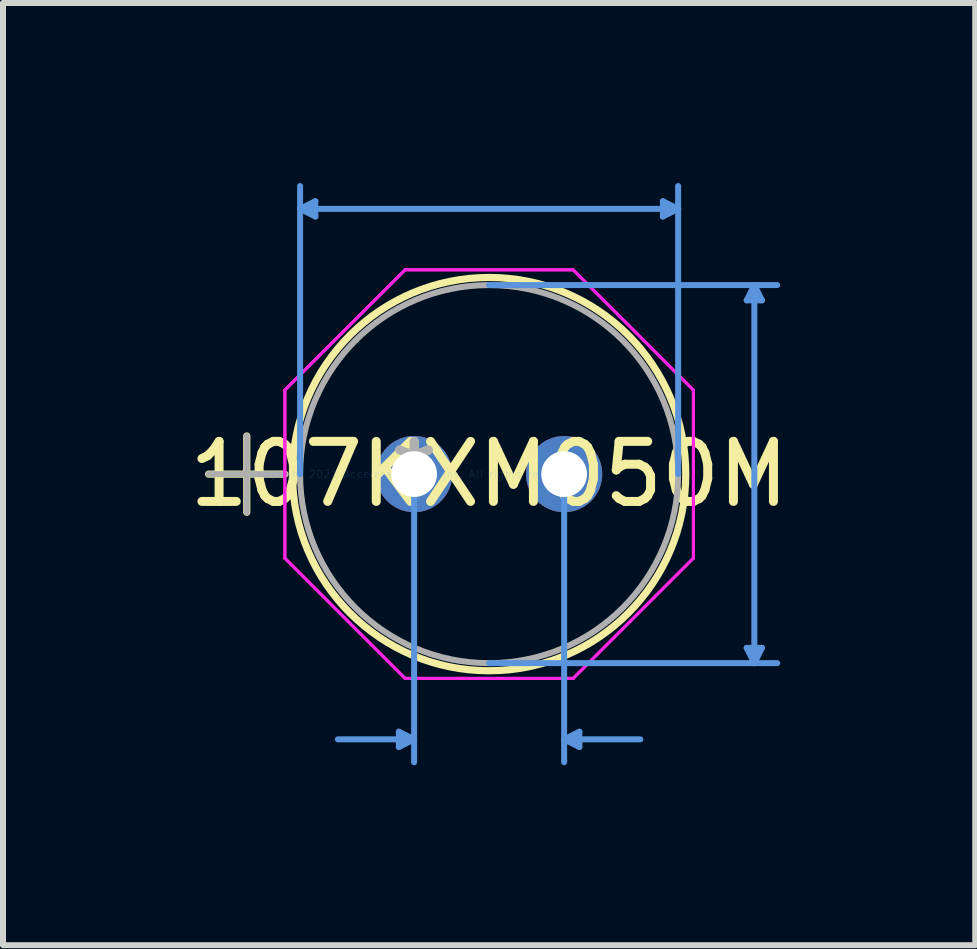
<source format=kicad_pcb>
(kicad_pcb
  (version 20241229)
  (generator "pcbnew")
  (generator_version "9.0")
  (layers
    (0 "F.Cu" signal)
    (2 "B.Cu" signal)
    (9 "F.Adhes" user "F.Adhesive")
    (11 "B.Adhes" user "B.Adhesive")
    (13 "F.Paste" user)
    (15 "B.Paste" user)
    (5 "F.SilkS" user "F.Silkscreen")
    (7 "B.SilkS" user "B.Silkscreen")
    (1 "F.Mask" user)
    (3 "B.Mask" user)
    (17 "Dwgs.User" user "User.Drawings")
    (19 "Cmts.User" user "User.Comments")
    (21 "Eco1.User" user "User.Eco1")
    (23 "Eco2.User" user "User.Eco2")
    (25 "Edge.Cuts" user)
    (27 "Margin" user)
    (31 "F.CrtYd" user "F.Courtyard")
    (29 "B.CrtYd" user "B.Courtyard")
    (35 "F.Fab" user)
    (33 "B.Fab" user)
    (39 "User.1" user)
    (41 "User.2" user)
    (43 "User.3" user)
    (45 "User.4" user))
  (footprint "107KXM050M"
    (layer "F.Cu")
    (at 3.851 4.851)
    (property "Reference" "107KXM050M" (at 1.25 0 0) (layer "F.SilkS") (effects (font (size 1 1) (thickness 0.15))))
    (attr through_hole)
    (fp_line (start -3.424 0) (end -2.154 0) (stroke (width 0.12) (type solid)) (layer "F.SilkS"))
    (fp_line (start -2.789 -0.635) (end -2.789 0.635) (stroke (width 0.12) (type solid)) (layer "F.SilkS"))
    (fp_circle (center 1.25 0) (end 4.527 0) (stroke (width 0.12) (type solid)) (fill no) (layer "F.SilkS"))
    (fp_line (start -1.9 -4.42) (end -1.646 -4.547) (stroke (width 0.1) (type solid)) (layer "Cmts.User"))
    (fp_line (start -1.9 -4.42) (end -1.646 -4.293) (stroke (width 0.1) (type solid)) (layer "Cmts.User"))
    (fp_line (start -1.9 -4.42) (end 4.4 -4.42) (stroke (width 0.1) (type solid)) (layer "Cmts.User"))
    (fp_line (start -1.9 0) (end -1.9 -4.801) (stroke (width 0.1) (type solid)) (layer "Cmts.User"))
    (fp_line (start -1.646 -4.547) (end -1.646 -4.293) (stroke (width 0.1) (type solid)) (layer "Cmts.User"))
    (fp_line (start -0.254 4.293) (end -0.254 4.547) (stroke (width 0.1) (type solid)) (layer "Cmts.User"))
    (fp_line (start 0 0) (end 0 4.801) (stroke (width 0.1) (type solid)) (layer "Cmts.User"))
    (fp_line (start 0 4.42) (end -1.27 4.42) (stroke (width 0.1) (type solid)) (layer "Cmts.User"))
    (fp_line (start 0 4.42) (end -0.254 4.293) (stroke (width 0.1) (type solid)) (layer "Cmts.User"))
    (fp_line (start 0 4.42) (end -0.254 4.547) (stroke (width 0.1) (type solid)) (layer "Cmts.User"))
    (fp_line (start 1.25 -3.15) (end 6.051 -3.15) (stroke (width 0.1) (type solid)) (layer "Cmts.User"))
    (fp_line (start 1.25 3.15) (end 6.051 3.15) (stroke (width 0.1) (type solid)) (layer "Cmts.User"))
    (fp_line (start 2.5 0) (end 2.5 4.801) (stroke (width 0.1) (type solid)) (layer "Cmts.User"))
    (fp_line (start 2.5 4.42) (end 2.754 4.293) (stroke (width 0.1) (type solid)) (layer "Cmts.User"))
    (fp_line (start 2.5 4.42) (end 2.754 4.547) (stroke (width 0.1) (type solid)) (layer "Cmts.User"))
    (fp_line (start 2.5 4.42) (end 3.77 4.42) (stroke (width 0.1) (type solid)) (layer "Cmts.User"))
    (fp_line (start 2.754 4.293) (end 2.754 4.547) (stroke (width 0.1) (type solid)) (layer "Cmts.User"))
    (fp_line (start 4.146 -4.547) (end 4.146 -4.293) (stroke (width 0.1) (type solid)) (layer "Cmts.User"))
    (fp_line (start 4.4 -4.42) (end 4.146 -4.547) (stroke (width 0.1) (type solid)) (layer "Cmts.User"))
    (fp_line (start 4.4 -4.42) (end 4.146 -4.293) (stroke (width 0.1) (type solid)) (layer "Cmts.User"))
    (fp_line (start 4.4 0) (end 4.4 -4.801) (stroke (width 0.1) (type solid)) (layer "Cmts.User"))
    (fp_line (start 5.543 -2.896) (end 5.797 -2.896) (stroke (width 0.1) (type solid)) (layer "Cmts.User"))
    (fp_line (start 5.543 2.896) (end 5.797 2.896) (stroke (width 0.1) (type solid)) (layer "Cmts.User"))
    (fp_line (start 5.67 -3.15) (end 5.543 -2.896) (stroke (width 0.1) (type solid)) (layer "Cmts.User"))
    (fp_line (start 5.67 -3.15) (end 5.67 3.15) (stroke (width 0.1) (type solid)) (layer "Cmts.User"))
    (fp_line (start 5.67 -3.15) (end 5.797 -2.896) (stroke (width 0.1) (type solid)) (layer "Cmts.User"))
    (fp_line (start 5.67 3.15) (end 5.543 2.896) (stroke (width 0.1) (type solid)) (layer "Cmts.User"))
    (fp_line (start 5.67 3.15) (end 5.797 2.896) (stroke (width 0.1) (type solid)) (layer "Cmts.User"))
    (fp_line (start -2.154 -1.401) (end -0.151 -3.404) (stroke (width 0.05) (type solid)) (layer "F.CrtYd"))
    (fp_line (start -2.154 -1.401) (end -0.151 -3.404) (stroke (width 0.05) (type solid)) (layer "F.CrtYd"))
    (fp_line (start -2.154 1.401) (end -2.154 -1.401) (stroke (width 0.05) (type solid)) (layer "F.CrtYd"))
    (fp_line (start -2.154 1.401) (end -2.154 -1.401) (stroke (width 0.05) (type solid)) (layer "F.CrtYd"))
    (fp_line (start -0.151 -3.404) (end 2.651 -3.404) (stroke (width 0.05) (type solid)) (layer "F.CrtYd"))
    (fp_line (start -0.151 -3.404) (end 2.651 -3.404) (stroke (width 0.05) (type solid)) (layer "F.CrtYd"))
    (fp_line (start -0.151 3.404) (end -2.154 1.401) (stroke (width 0.05) (type solid)) (layer "F.CrtYd"))
    (fp_line (start -0.151 3.404) (end -2.154 1.401) (stroke (width 0.05) (type solid)) (layer "F.CrtYd"))
    (fp_line (start 2.651 -3.404) (end 4.654 -1.401) (stroke (width 0.05) (type solid)) (layer "F.CrtYd"))
    (fp_line (start 2.651 -3.404) (end 4.654 -1.401) (stroke (width 0.05) (type solid)) (layer "F.CrtYd"))
    (fp_line (start 2.651 3.404) (end -0.151 3.404) (stroke (width 0.05) (type solid)) (layer "F.CrtYd"))
    (fp_line (start 2.651 3.404) (end -0.151 3.404) (stroke (width 0.05) (type solid)) (layer "F.CrtYd"))
    (fp_line (start 4.654 -1.401) (end 4.654 1.401) (stroke (width 0.05) (type solid)) (layer "F.CrtYd"))
    (fp_line (start 4.654 -1.401) (end 4.654 1.401) (stroke (width 0.05) (type solid)) (layer "F.CrtYd"))
    (fp_line (start 4.654 1.401) (end 2.651 3.404) (stroke (width 0.05) (type solid)) (layer "F.CrtYd"))
    (fp_line (start 4.654 1.401) (end 2.651 3.404) (stroke (width 0.05) (type solid)) (layer "F.CrtYd"))
    (fp_line (start -3.424 0) (end -2.154 0) (stroke (width 0.1) (type solid)) (layer "F.Fab"))
    (fp_line (start -2.789 -0.635) (end -2.789 0.635) (stroke (width 0.1) (type solid)) (layer "F.Fab"))
    (fp_circle (center 1.25 0) (end 4.4 0) (stroke (width 0.1) (type solid)) (fill no) (layer "F.Fab"))
    (fp_text user "*" (at 0 0 0) (layer "F.SilkS") (effects (font (size 1 1) (thickness 0.15))))
    (fp_text user "Copyright 2021 Accelerated Designs. All rights reserved." (at 0 0 0) (layer "Cmts.User") (effects (font (size 0.127 0.127) (thickness 0.002))))
    (fp_text user "*" (at 0 0 0) (layer "F.Fab") (effects (font (size 1 1) (thickness 0.15))))
    (pad "1" thru_hole circle (at 0 0) (size 1.27 1.27) (drill 0.762) (layers "*.Cu" "*.Mask"))
    (pad "2" thru_hole circle (at 2.5 0) (size 1.27 1.27) (drill 0.762) (layers "*.Cu" "*.Mask")))
  (gr_rect
    (start -3 -3)
    (end 13.202 12.701)
    (stroke (width 0.1) (type default))
    (fill no)
    (layer "Edge.Cuts")))
</source>
